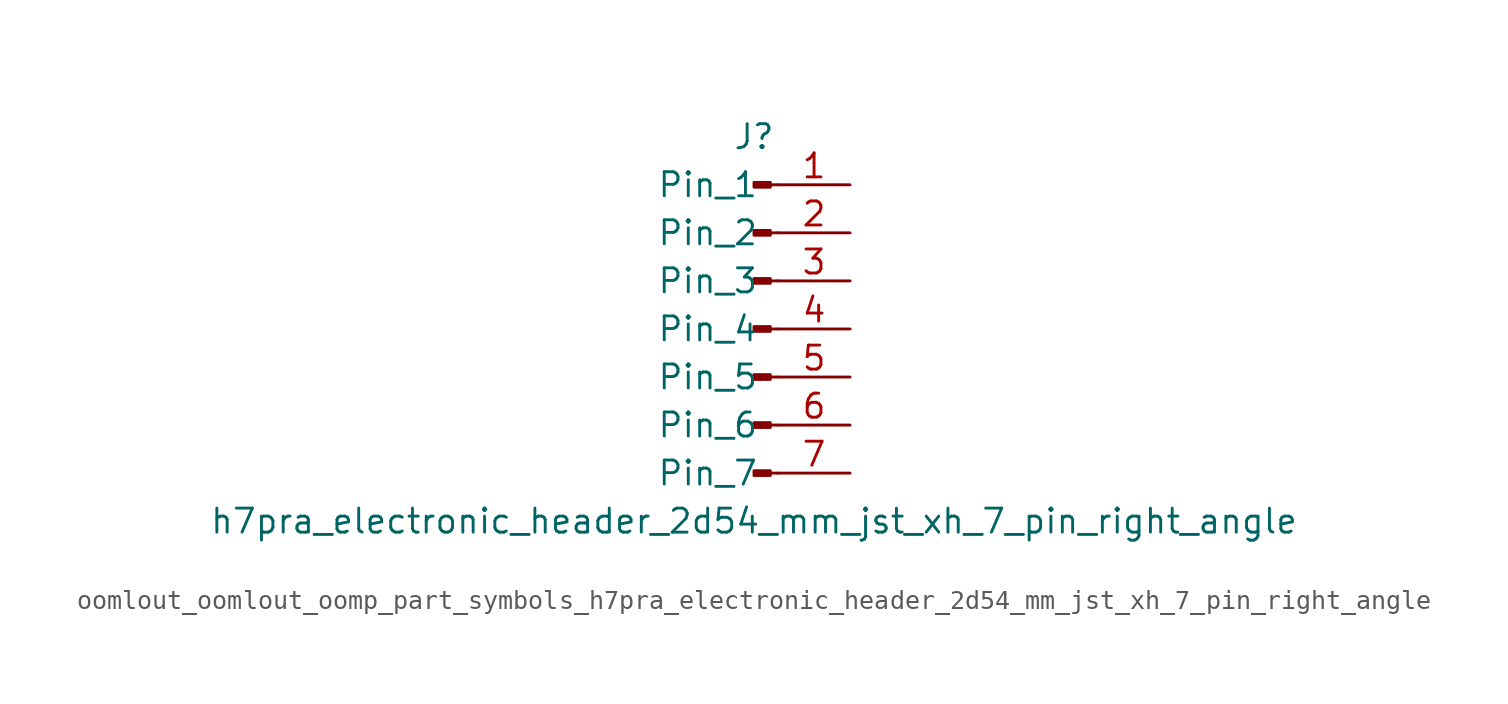
<source format=kicad_sym>
(kicad_symbol_lib
  (version 20220914)
  (generator kicad_symbol_editor)
  (symbol "oomlout_oomlout_oomp_part_symbols_h7pra_electronic_header_2d54_mm_jst_xh_7_pin_right_angle"
    (pin_names
      (offset 1.016))
    (property "Reference" "J"
      (at 0 10.16 0)
      (effects (font (size 1.27 1.27))))
    (property "Value" "h7pra_electronic_header_2d54_mm_jst_xh_7_pin_right_angle"
      (at 0 -10.16 0)
      (effects (font (size 1.27 1.27))))
    (property "ki_locked" ""
      (at 0 0 0)
      (effects (font (size 1.27 1.27))))
    (symbol "oomlout_oomlout_oomp_part_symbols_h7pra_electronic_header_2d54_mm_jst_xh_7_pin_right_angle_1_1"
      (polyline (pts (xy 1.27 -7.62) (xy 0.864 -7.62)) (stroke (width 0.152) (type default)) (fill (type none)))
      (polyline (pts (xy 1.27 -5.08) (xy 0.864 -5.08)) (stroke (width 0.152) (type default)) (fill (type none)))
      (polyline (pts (xy 1.27 -2.54) (xy 0.864 -2.54)) (stroke (width 0.152) (type default)) (fill (type none)))
      (polyline (pts (xy 1.27 0) (xy 0.864 0)) (stroke (width 0.152) (type default)) (fill (type none)))
      (polyline (pts (xy 1.27 2.54) (xy 0.864 2.54)) (stroke (width 0.152) (type default)) (fill (type none)))
      (polyline (pts (xy 1.27 5.08) (xy 0.864 5.08)) (stroke (width 0.152) (type default)) (fill (type none)))
      (polyline (pts (xy 1.27 7.62) (xy 0.864 7.62)) (stroke (width 0.152) (type default)) (fill (type none)))
      (rectangle (start 0.864 -7.493) (end 0 -7.747) (stroke (width 0.152) (type default)) (fill (type outline)))
      (rectangle (start 0.864 -4.953) (end 0 -5.207) (stroke (width 0.152) (type default)) (fill (type outline)))
      (rectangle (start 0.864 -2.413) (end 0 -2.667) (stroke (width 0.152) (type default)) (fill (type outline)))
      (rectangle (start 0.864 0.127) (end 0 -0.127) (stroke (width 0.152) (type default)) (fill (type outline)))
      (rectangle (start 0.864 2.667) (end 0 2.413) (stroke (width 0.152) (type default)) (fill (type outline)))
      (rectangle (start 0.864 5.207) (end 0 4.953) (stroke (width 0.152) (type default)) (fill (type outline)))
      (rectangle (start 0.864 7.747) (end 0 7.493) (stroke (width 0.152) (type default)) (fill (type outline)))
      (pin passive line (at 5.08 7.62 180) (length 3.81) (name "Pin_1" (effects (font (size 1.27 1.27)))) (number "1" (effects (font (size 1.27 1.27)))))
      (pin passive line (at 5.08 5.08 180) (length 3.81) (name "Pin_2" (effects (font (size 1.27 1.27)))) (number "2" (effects (font (size 1.27 1.27)))))
      (pin passive line (at 5.08 2.54 180) (length 3.81) (name "Pin_3" (effects (font (size 1.27 1.27)))) (number "3" (effects (font (size 1.27 1.27)))))
      (pin passive line (at 5.08 0 180) (length 3.81) (name "Pin_4" (effects (font (size 1.27 1.27)))) (number "4" (effects (font (size 1.27 1.27)))))
      (pin passive line (at 5.08 -2.54 180) (length 3.81) (name "Pin_5" (effects (font (size 1.27 1.27)))) (number "5" (effects (font (size 1.27 1.27)))))
      (pin passive line (at 5.08 -5.08 180) (length 3.81) (name "Pin_6" (effects (font (size 1.27 1.27)))) (number "6" (effects (font (size 1.27 1.27)))))
      (pin passive line (at 5.08 -7.62 180) (length 3.81) (name "Pin_7" (effects (font (size 1.27 1.27)))) (number "7" (effects (font (size 1.27 1.27))))))))
</source>
